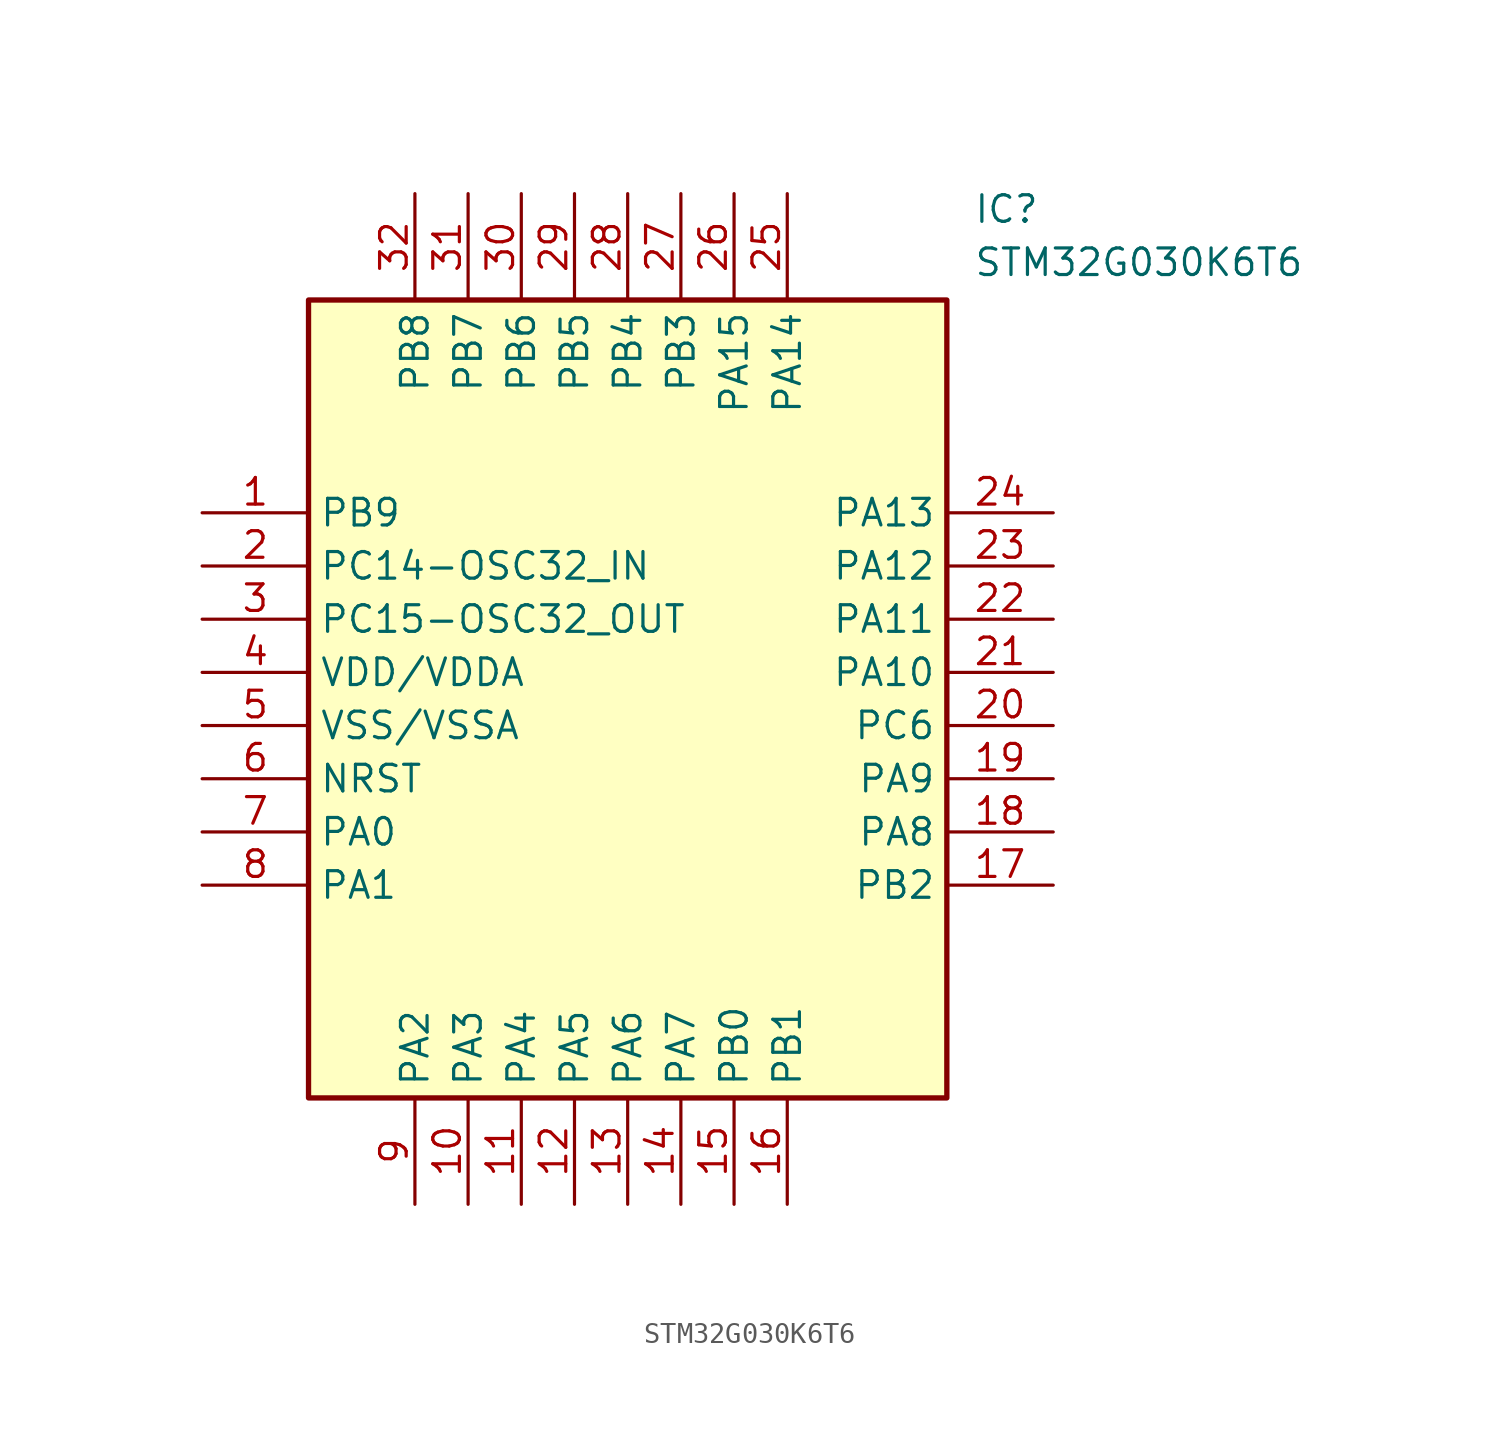
<source format=kicad_sym>
(kicad_symbol_lib
  (version 20231120)
  (generator "kicad_symbol_editor")
  (generator_version "8.0")
  (symbol "STM32G030K6T6"
    (property "Reference" "IC"
      (at 17.78 24.13 0)
      (effects (font (size 1.27 1.27)) (justify left top)))
    (property "Value" "STM32G030K6T6"
      (at 17.78 21.59 0)
      (effects (font (size 1.27 1.27)) (justify left top)))
    (symbol "STM32G030K6T6_1_1"
      (rectangle (start -13.97 19.05) (end 16.51 -19.05) (stroke (width 0.254) (type default)) (fill (type background)))
      (pin passive line (at -19.05 8.89 0) (length 5.08) (name "PB9" (effects (font (size 1.27 1.27)))) (number "1" (effects (font (size 1.27 1.27)))))
      (pin passive line (at -6.35 -24.13 90) (length 5.08) (name "PA3" (effects (font (size 1.27 1.27)))) (number "10" (effects (font (size 1.27 1.27)))))
      (pin passive line (at -3.81 -24.13 90) (length 5.08) (name "PA4" (effects (font (size 1.27 1.27)))) (number "11" (effects (font (size 1.27 1.27)))))
      (pin passive line (at -1.27 -24.13 90) (length 5.08) (name "PA5" (effects (font (size 1.27 1.27)))) (number "12" (effects (font (size 1.27 1.27)))))
      (pin passive line (at 1.27 -24.13 90) (length 5.08) (name "PA6" (effects (font (size 1.27 1.27)))) (number "13" (effects (font (size 1.27 1.27)))))
      (pin passive line (at 3.81 -24.13 90) (length 5.08) (name "PA7" (effects (font (size 1.27 1.27)))) (number "14" (effects (font (size 1.27 1.27)))))
      (pin passive line (at 6.35 -24.13 90) (length 5.08) (name "PB0" (effects (font (size 1.27 1.27)))) (number "15" (effects (font (size 1.27 1.27)))))
      (pin passive line (at 8.89 -24.13 90) (length 5.08) (name "PB1" (effects (font (size 1.27 1.27)))) (number "16" (effects (font (size 1.27 1.27)))))
      (pin passive line (at 21.59 -8.89 180) (length 5.08) (name "PB2" (effects (font (size 1.27 1.27)))) (number "17" (effects (font (size 1.27 1.27)))))
      (pin passive line (at 21.59 -6.35 180) (length 5.08) (name "PA8" (effects (font (size 1.27 1.27)))) (number "18" (effects (font (size 1.27 1.27)))))
      (pin passive line (at 21.59 -3.81 180) (length 5.08) (name "PA9" (effects (font (size 1.27 1.27)))) (number "19" (effects (font (size 1.27 1.27)))))
      (pin passive line (at -19.05 6.35 0) (length 5.08) (name "PC14-OSC32_IN" (effects (font (size 1.27 1.27)))) (number "2" (effects (font (size 1.27 1.27)))))
      (pin passive line (at 21.59 -1.27 180) (length 5.08) (name "PC6" (effects (font (size 1.27 1.27)))) (number "20" (effects (font (size 1.27 1.27)))))
      (pin passive line (at 21.59 1.27 180) (length 5.08) (name "PA10" (effects (font (size 1.27 1.27)))) (number "21" (effects (font (size 1.27 1.27)))))
      (pin passive line (at 21.59 3.81 180) (length 5.08) (name "PA11" (effects (font (size 1.27 1.27)))) (number "22" (effects (font (size 1.27 1.27)))))
      (pin passive line (at 21.59 6.35 180) (length 5.08) (name "PA12" (effects (font (size 1.27 1.27)))) (number "23" (effects (font (size 1.27 1.27)))))
      (pin passive line (at 21.59 8.89 180) (length 5.08) (name "PA13" (effects (font (size 1.27 1.27)))) (number "24" (effects (font (size 1.27 1.27)))))
      (pin passive line (at 8.89 24.13 270) (length 5.08) (name "PA14" (effects (font (size 1.27 1.27)))) (number "25" (effects (font (size 1.27 1.27)))))
      (pin passive line (at 6.35 24.13 270) (length 5.08) (name "PA15" (effects (font (size 1.27 1.27)))) (number "26" (effects (font (size 1.27 1.27)))))
      (pin passive line (at 3.81 24.13 270) (length 5.08) (name "PB3" (effects (font (size 1.27 1.27)))) (number "27" (effects (font (size 1.27 1.27)))))
      (pin passive line (at 1.27 24.13 270) (length 5.08) (name "PB4" (effects (font (size 1.27 1.27)))) (number "28" (effects (font (size 1.27 1.27)))))
      (pin passive line (at -1.27 24.13 270) (length 5.08) (name "PB5" (effects (font (size 1.27 1.27)))) (number "29" (effects (font (size 1.27 1.27)))))
      (pin passive line (at -19.05 3.81 0) (length 5.08) (name "PC15-OSC32_OUT" (effects (font (size 1.27 1.27)))) (number "3" (effects (font (size 1.27 1.27)))))
      (pin passive line (at -3.81 24.13 270) (length 5.08) (name "PB6" (effects (font (size 1.27 1.27)))) (number "30" (effects (font (size 1.27 1.27)))))
      (pin passive line (at -6.35 24.13 270) (length 5.08) (name "PB7" (effects (font (size 1.27 1.27)))) (number "31" (effects (font (size 1.27 1.27)))))
      (pin passive line (at -8.89 24.13 270) (length 5.08) (name "PB8" (effects (font (size 1.27 1.27)))) (number "32" (effects (font (size 1.27 1.27)))))
      (pin passive line (at -19.05 1.27 0) (length 5.08) (name "VDD/VDDA" (effects (font (size 1.27 1.27)))) (number "4" (effects (font (size 1.27 1.27)))))
      (pin passive line (at -19.05 -1.27 0) (length 5.08) (name "VSS/VSSA" (effects (font (size 1.27 1.27)))) (number "5" (effects (font (size 1.27 1.27)))))
      (pin passive line (at -19.05 -3.81 0) (length 5.08) (name "NRST" (effects (font (size 1.27 1.27)))) (number "6" (effects (font (size 1.27 1.27)))))
      (pin passive line (at -19.05 -6.35 0) (length 5.08) (name "PA0" (effects (font (size 1.27 1.27)))) (number "7" (effects (font (size 1.27 1.27)))))
      (pin passive line (at -19.05 -8.89 0) (length 5.08) (name "PA1" (effects (font (size 1.27 1.27)))) (number "8" (effects (font (size 1.27 1.27)))))
      (pin passive line (at -8.89 -24.13 90) (length 5.08) (name "PA2" (effects (font (size 1.27 1.27)))) (number "9" (effects (font (size 1.27 1.27))))))))
</source>
